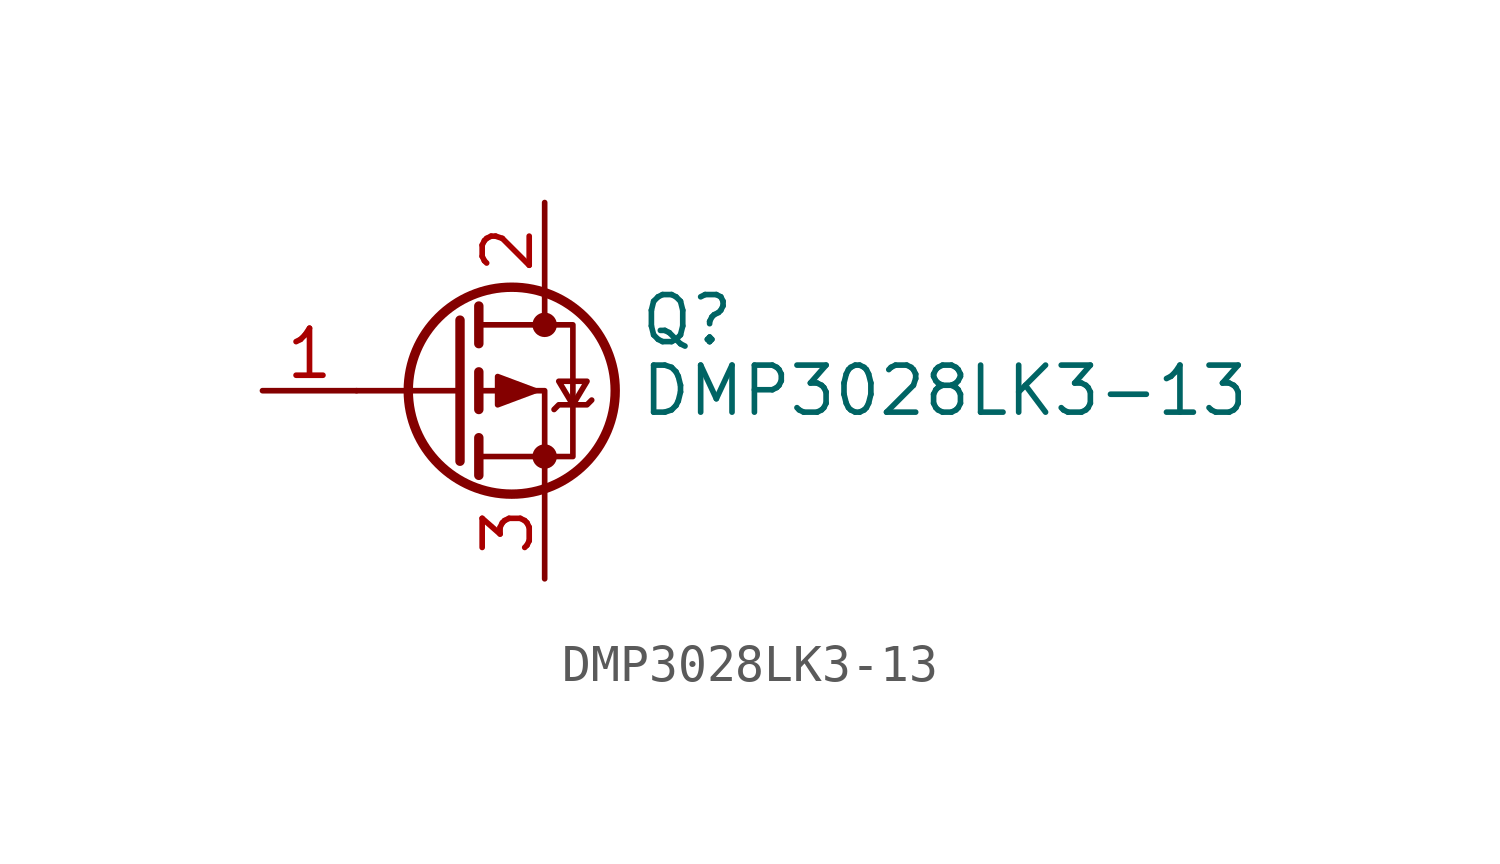
<source format=kicad_sym>
(kicad_symbol_lib
  (version 20241209)
  (generator "kicad_symbol_editor")
  (generator_version "9.0")
  (symbol "DMP3028LK3-13"
    (pin_names
      (hide yes))
    (property "Reference" "Q"
      (at 5.08 1.905 0)
      (effects (font (size 1.27 1.27)) (justify left)))
    (property "Value" "DMP3028LK3-13"
      (at 5.08 0 0)
      (effects (font (size 1.27 1.27)) (justify left)))
    (symbol "DMP3028LK3-13_0_1"
      (polyline (pts (xy 0.254 1.905) (xy 0.254 -1.905)) (stroke (width 0.254) (type default)) (fill (type none)))
      (polyline (pts (xy 0.254 0) (xy -2.54 0)) (stroke (width 0) (type default)) (fill (type none)))
      (polyline (pts (xy 0.762 2.286) (xy 0.762 1.27)) (stroke (width 0.254) (type default)) (fill (type none)))
      (polyline (pts (xy 0.762 1.778) (xy 3.302 1.778) (xy 3.302 -1.778) (xy 0.762 -1.778)) (stroke (width 0) (type default)) (fill (type none)))
      (polyline (pts (xy 0.762 0.508) (xy 0.762 -0.508)) (stroke (width 0.254) (type default)) (fill (type none)))
      (polyline (pts (xy 0.762 -1.27) (xy 0.762 -2.286)) (stroke (width 0.254) (type default)) (fill (type none)))
      (circle (center 1.651 0) (radius 2.794) (stroke (width 0.254) (type default)) (fill (type none)))
      (polyline (pts (xy 2.286 0) (xy 1.27 0.381) (xy 1.27 -0.381) (xy 2.286 0)) (stroke (width 0) (type default)) (fill (type outline)))
      (polyline (pts (xy 2.54 2.54) (xy 2.54 1.778)) (stroke (width 0) (type default)) (fill (type none)))
      (circle (center 2.54 1.778) (radius 0.254) (stroke (width 0) (type default)) (fill (type outline)))
      (circle (center 2.54 -1.778) (radius 0.254) (stroke (width 0) (type default)) (fill (type outline)))
      (polyline (pts (xy 2.54 -2.54) (xy 2.54 0) (xy 0.762 0)) (stroke (width 0) (type default)) (fill (type none)))
      (polyline (pts (xy 2.794 -0.508) (xy 2.921 -0.381) (xy 3.683 -0.381) (xy 3.81 -0.254)) (stroke (width 0) (type default)) (fill (type none)))
      (polyline (pts (xy 3.302 -0.381) (xy 2.921 0.254) (xy 3.683 0.254) (xy 3.302 -0.381)) (stroke (width 0) (type default)) (fill (type none))))
    (symbol "DMP3028LK3-13_1_1"
      (pin passive line (at -5.08 0 0) (length 2.54) (name "G" (effects (font (size 1.27 1.27)))) (number "1" (effects (font (size 1.27 1.27)))))
      (pin passive line (at 2.54 5.08 270) (length 2.54) (name "D" (effects (font (size 1.27 1.27)))) (number "2" (effects (font (size 1.27 1.27)))))
      (pin passive line (at 2.54 -5.08 90) (length 2.54) (name "S" (effects (font (size 1.27 1.27)))) (number "3" (effects (font (size 1.27 1.27))))))))
</source>
